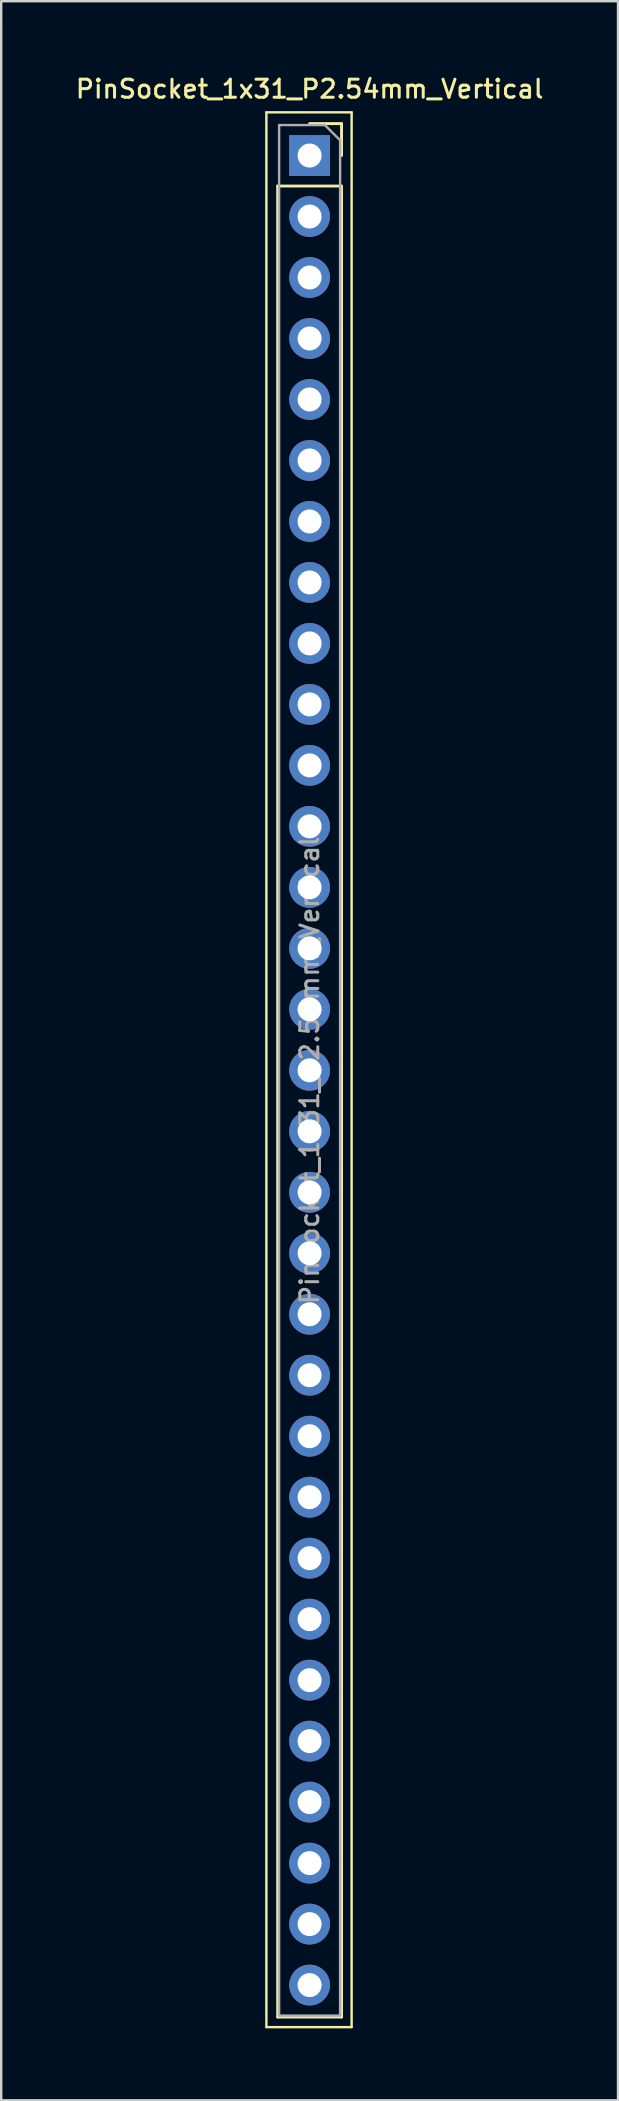
<source format=kicad_pcb>
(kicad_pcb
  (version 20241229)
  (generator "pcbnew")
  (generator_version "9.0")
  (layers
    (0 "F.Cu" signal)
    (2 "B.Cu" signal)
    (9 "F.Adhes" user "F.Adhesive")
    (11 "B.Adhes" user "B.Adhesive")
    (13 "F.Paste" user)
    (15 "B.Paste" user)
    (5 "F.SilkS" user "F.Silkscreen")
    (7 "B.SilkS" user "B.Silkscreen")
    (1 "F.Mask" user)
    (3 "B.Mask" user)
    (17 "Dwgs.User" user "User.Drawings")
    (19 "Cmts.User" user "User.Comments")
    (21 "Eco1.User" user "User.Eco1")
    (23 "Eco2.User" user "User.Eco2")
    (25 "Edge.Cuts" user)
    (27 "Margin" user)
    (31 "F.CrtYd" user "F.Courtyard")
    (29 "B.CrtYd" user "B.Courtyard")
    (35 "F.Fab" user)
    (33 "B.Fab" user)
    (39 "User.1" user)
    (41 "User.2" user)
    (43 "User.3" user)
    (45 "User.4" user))
  (footprint "PinSocket_1x31_P2.54mm_Vertical"
    (layer "F.Cu")
    (at 9.845 3.428)
    (property "Reference" "PinSocket_1x31_P2.54mm_Vertical" (at 0 -2.77 0) (layer "F.SilkS") (effects (font (size 0.75 0.75) (thickness 0.125))))
    (attr through_hole)
    (fp_line (start -1.8 -1.8) (end 1.75 -1.8) (stroke (width 0.1) (type solid)) (layer "F.SilkS"))
    (fp_line (start -1.8 77.95) (end -1.8 -1.8) (stroke (width 0.1) (type solid)) (layer "F.SilkS"))
    (fp_line (start -1.33 1.27) (end -1.33 77.53) (stroke (width 0.12) (type solid)) (layer "F.SilkS"))
    (fp_line (start -1.33 1.27) (end 1.33 1.27) (stroke (width 0.12) (type solid)) (layer "F.SilkS"))
    (fp_line (start -1.33 77.53) (end 1.33 77.53) (stroke (width 0.12) (type solid)) (layer "F.SilkS"))
    (fp_line (start 0 -1.33) (end 1.33 -1.33) (stroke (width 0.12) (type solid)) (layer "F.SilkS"))
    (fp_line (start 1.33 -1.33) (end 1.33 0) (stroke (width 0.12) (type solid)) (layer "F.SilkS"))
    (fp_line (start 1.33 1.27) (end 1.33 77.53) (stroke (width 0.12) (type solid)) (layer "F.SilkS"))
    (fp_line (start 1.75 -1.8) (end 1.75 77.95) (stroke (width 0.1) (type solid)) (layer "F.SilkS"))
    (fp_line (start 1.75 77.95) (end -1.8 77.95) (stroke (width 0.1) (type solid)) (layer "F.SilkS"))
    (fp_line (start -1.27 -1.27) (end 0.635 -1.27) (stroke (width 0.1) (type solid)) (layer "F.Fab"))
    (fp_line (start -1.27 77.47) (end -1.27 -1.27) (stroke (width 0.1) (type solid)) (layer "F.Fab"))
    (fp_line (start 0.635 -1.27) (end 1.27 -0.635) (stroke (width 0.1) (type solid)) (layer "F.Fab"))
    (fp_line (start 1.27 -0.635) (end 1.27 77.47) (stroke (width 0.1) (type solid)) (layer "F.Fab"))
    (fp_line (start 1.27 77.47) (end -1.27 77.47) (stroke (width 0.1) (type solid)) (layer "F.Fab"))
    (fp_text user "${REFERENCE}" (at 0 38.1 90) (layer "F.Fab") (effects (font (size 0.75 0.75) (thickness 0.125))))
    (pad "1" thru_hole rect (at 0 0) (size 1.7 1.7) (drill 1) (layers "*.Cu" "*.Mask"))
    (pad "2" thru_hole oval (at 0 2.54) (size 1.7 1.7) (drill 1) (layers "*.Cu" "*.Mask"))
    (pad "3" thru_hole oval (at 0 5.08) (size 1.7 1.7) (drill 1) (layers "*.Cu" "*.Mask"))
    (pad "4" thru_hole oval (at 0 7.62) (size 1.7 1.7) (drill 1) (layers "*.Cu" "*.Mask"))
    (pad "5" thru_hole oval (at 0 10.16) (size 1.7 1.7) (drill 1) (layers "*.Cu" "*.Mask"))
    (pad "6" thru_hole oval (at 0 12.7) (size 1.7 1.7) (drill 1) (layers "*.Cu" "*.Mask"))
    (pad "7" thru_hole oval (at 0 15.24) (size 1.7 1.7) (drill 1) (layers "*.Cu" "*.Mask"))
    (pad "8" thru_hole oval (at 0 17.78) (size 1.7 1.7) (drill 1) (layers "*.Cu" "*.Mask"))
    (pad "9" thru_hole oval (at 0 20.32) (size 1.7 1.7) (drill 1) (layers "*.Cu" "*.Mask"))
    (pad "10" thru_hole oval (at 0 22.86) (size 1.7 1.7) (drill 1) (layers "*.Cu" "*.Mask"))
    (pad "11" thru_hole oval (at 0 25.4) (size 1.7 1.7) (drill 1) (layers "*.Cu" "*.Mask"))
    (pad "12" thru_hole oval (at 0 27.94) (size 1.7 1.7) (drill 1) (layers "*.Cu" "*.Mask"))
    (pad "13" thru_hole oval (at 0 30.48) (size 1.7 1.7) (drill 1) (layers "*.Cu" "*.Mask"))
    (pad "14" thru_hole oval (at 0 33.02) (size 1.7 1.7) (drill 1) (layers "*.Cu" "*.Mask"))
    (pad "15" thru_hole oval (at 0 35.56) (size 1.7 1.7) (drill 1) (layers "*.Cu" "*.Mask"))
    (pad "16" thru_hole oval (at 0 38.1) (size 1.7 1.7) (drill 1) (layers "*.Cu" "*.Mask"))
    (pad "17" thru_hole oval (at 0 40.64) (size 1.7 1.7) (drill 1) (layers "*.Cu" "*.Mask"))
    (pad "18" thru_hole oval (at 0 43.18) (size 1.7 1.7) (drill 1) (layers "*.Cu" "*.Mask"))
    (pad "19" thru_hole oval (at 0 45.72) (size 1.7 1.7) (drill 1) (layers "*.Cu" "*.Mask"))
    (pad "20" thru_hole oval (at 0 48.26) (size 1.7 1.7) (drill 1) (layers "*.Cu" "*.Mask"))
    (pad "21" thru_hole oval (at 0 50.8) (size 1.7 1.7) (drill 1) (layers "*.Cu" "*.Mask"))
    (pad "22" thru_hole oval (at 0 53.34) (size 1.7 1.7) (drill 1) (layers "*.Cu" "*.Mask"))
    (pad "23" thru_hole oval (at 0 55.88) (size 1.7 1.7) (drill 1) (layers "*.Cu" "*.Mask"))
    (pad "24" thru_hole oval (at 0 58.42) (size 1.7 1.7) (drill 1) (layers "*.Cu" "*.Mask"))
    (pad "25" thru_hole oval (at 0 60.96) (size 1.7 1.7) (drill 1) (layers "*.Cu" "*.Mask"))
    (pad "26" thru_hole oval (at 0 63.5) (size 1.7 1.7) (drill 1) (layers "*.Cu" "*.Mask"))
    (pad "27" thru_hole oval (at 0 66.04) (size 1.7 1.7) (drill 1) (layers "*.Cu" "*.Mask"))
    (pad "28" thru_hole oval (at 0 68.58) (size 1.7 1.7) (drill 1) (layers "*.Cu" "*.Mask"))
    (pad "29" thru_hole oval (at 0 71.12) (size 1.7 1.7) (drill 1) (layers "*.Cu" "*.Mask"))
    (pad "30" thru_hole oval (at 0 73.66) (size 1.7 1.7) (drill 1) (layers "*.Cu" "*.Mask"))
    (pad "31" thru_hole oval (at 0 76.2) (size 1.7 1.7) (drill 1) (layers "*.Cu" "*.Mask")))
  (gr_rect
    (start -3 -3)
    (end 22.689 84.428)
    (stroke (width 0.1) (type default))
    (fill no)
    (layer "Edge.Cuts")))
</source>
